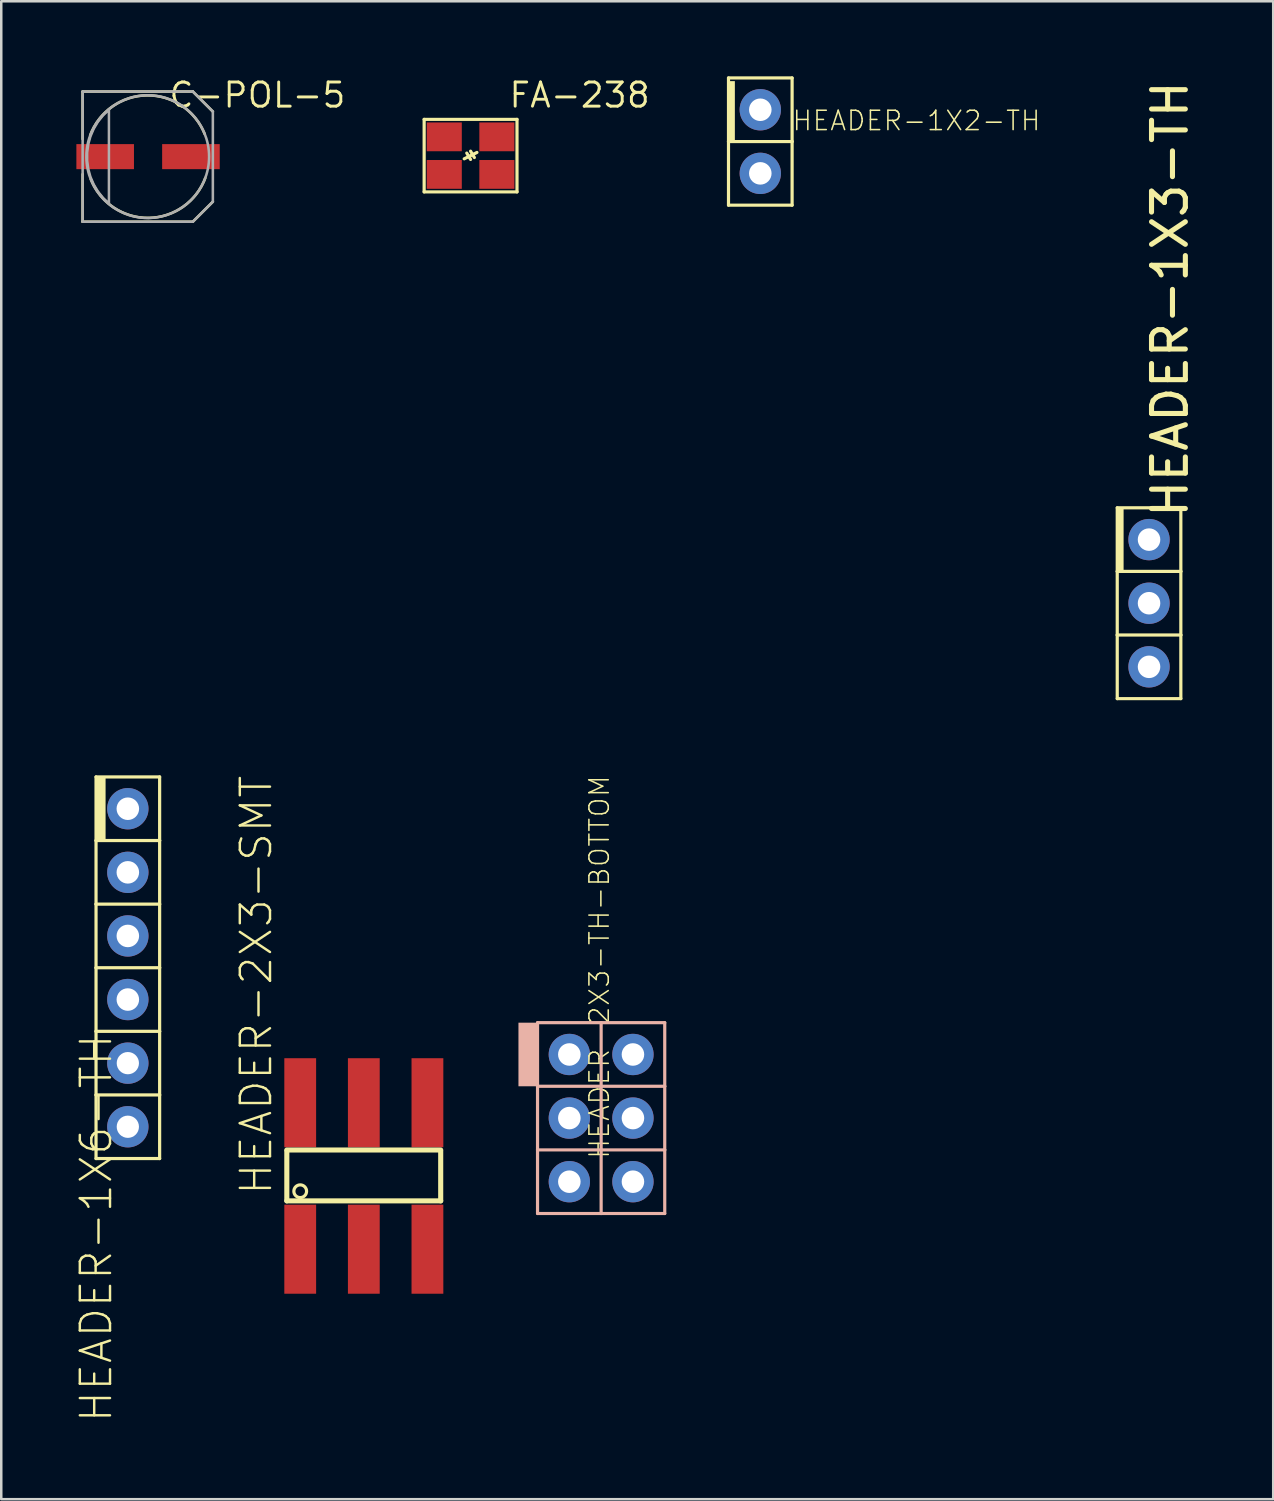
<source format=kicad_pcb>
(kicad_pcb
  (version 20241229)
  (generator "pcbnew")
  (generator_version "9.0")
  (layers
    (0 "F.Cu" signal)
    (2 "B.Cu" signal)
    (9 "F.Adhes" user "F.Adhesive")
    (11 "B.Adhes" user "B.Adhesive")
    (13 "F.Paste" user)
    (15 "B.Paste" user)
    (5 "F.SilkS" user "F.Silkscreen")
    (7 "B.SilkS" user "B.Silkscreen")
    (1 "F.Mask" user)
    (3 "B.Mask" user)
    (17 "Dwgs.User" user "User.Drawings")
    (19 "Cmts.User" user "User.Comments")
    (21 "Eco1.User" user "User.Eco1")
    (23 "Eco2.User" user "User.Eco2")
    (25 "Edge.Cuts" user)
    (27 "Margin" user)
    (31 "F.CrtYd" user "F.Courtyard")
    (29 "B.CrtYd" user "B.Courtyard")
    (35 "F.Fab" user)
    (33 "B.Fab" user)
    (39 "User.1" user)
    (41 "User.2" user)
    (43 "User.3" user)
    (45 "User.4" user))
  (footprint "HEADER-1X2-TH"
    (layer "F.Cu")
    (at 27.312 3.873)
    (property "Reference" "HEADER-1X2-TH" (at 1.232 -1.651 0) (layer "F.SilkS") (effects (font (size 0.772 0.772) (thickness 0.062)) (justify left bottom)))
    (attr through_hole)
    (fp_line (start -1.27 -3.81) (end -1.27 -1.27) (stroke (width 0.127) (type solid)) (layer "F.SilkS"))
    (fp_line (start -1.27 -1.27) (end -1.27 1.27) (stroke (width 0.127) (type solid)) (layer "F.SilkS"))
    (fp_line (start -1.27 -1.27) (end 1.27 -1.27) (stroke (width 0.127) (type solid)) (layer "F.SilkS"))
    (fp_line (start 1.27 -3.81) (end -1.27 -3.81) (stroke (width 0.127) (type solid)) (layer "F.SilkS"))
    (fp_line (start 1.27 -1.27) (end 1.27 -3.81) (stroke (width 0.127) (type solid)) (layer "F.SilkS"))
    (fp_line (start 1.27 1.27) (end -1.27 1.27) (stroke (width 0.127) (type solid)) (layer "F.SilkS"))
    (fp_line (start 1.27 1.27) (end 1.27 -1.27) (stroke (width 0.127) (type solid)) (layer "F.SilkS"))
    (fp_poly (pts (xy -1.27 -1.27) (xy -1.016 -1.27) (xy -1.016 -3.683) (xy -1.27 -3.683)) (stroke (width 0) (type solid)) (fill yes) (layer "F.SilkS"))
    (pad "P$1" thru_hole circle (at 0 -2.54) (size 1.651 1.651) (drill 0.9) (layers "*.Cu" "*.Mask"))
    (pad "P$2" thru_hole circle (at 0 0) (size 1.651 1.651) (drill 0.9) (layers "*.Cu" "*.Mask")))
  (footprint "HEADER-2X3-SMT"
    (layer "F.Cu")
    (at 11.479 43.886)
    (property "Reference" "HEADER-2X3-SMT" (at -3.594 0.851 90) (layer "F.SilkS") (effects (font (size 1.206 1.206) (thickness 0.097)) (justify left bottom)))
    (attr through_hole)
    (fp_line (start -3.075 1.02) (end -3.075 -0.97) (stroke (width 0.203) (type solid)) (layer "F.SilkS"))
    (fp_line (start 3.07 -1.012) (end -3.075 -1.012) (stroke (width 0.203) (type solid)) (layer "F.SilkS"))
    (fp_line (start 3.07 -0.97) (end 3.07 1.02) (stroke (width 0.203) (type solid)) (layer "F.SilkS"))
    (fp_line (start 3.07 1.02) (end -3.075 1.02) (stroke (width 0.203) (type solid)) (layer "F.SilkS"))
    (fp_circle (center -2.54 0.635) (end -2.286 0.635) (stroke (width 0.127) (type solid)) (fill no) (layer "F.SilkS"))
    (pad "1" smd rect (at -2.54 2.95 180) (size 1.27 3.556) (layers "F.Cu" "F.Mask" "F.Paste"))
    (pad "2" smd rect (at -2.54 -2.899) (size 1.27 3.556) (layers "F.Cu" "F.Mask" "F.Paste"))
    (pad "3" smd rect (at 0 2.95 180) (size 1.27 3.556) (layers "F.Cu" "F.Mask" "F.Paste"))
    (pad "4" smd rect (at 0 -2.899) (size 1.27 3.556) (layers "F.Cu" "F.Mask" "F.Paste"))
    (pad "5" smd rect (at 2.54 2.95 180) (size 1.27 3.556) (layers "F.Cu" "F.Mask" "F.Paste"))
    (pad "6" smd rect (at 2.54 -2.899) (size 1.27 3.556) (layers "F.Cu" "F.Mask" "F.Paste")))
  (footprint "C-POL-5"
    (layer "F.Cu")
    (at 2.85 3.205)
    (property "Reference" "C-POL-5" (at 0.787 -1.892 180) (layer "F.SilkS") (effects (font (size 0.965 0.965) (thickness 0.116)) (justify left bottom)))
    (attr through_hole)
    (fp_line (start -2.6 -2.6) (end 1.8 -2.6) (stroke (width 0.102) (type solid)) (layer "F.SilkS"))
    (fp_line (start -2.6 -0.7) (end -2.6 -2.6) (stroke (width 0.102) (type solid)) (layer "F.SilkS"))
    (fp_line (start -2.6 2.6) (end -2.6 0.7) (stroke (width 0.102) (type solid)) (layer "F.SilkS"))
    (fp_line (start 1.8 -2.6) (end 2.6 -1.8) (stroke (width 0.102) (type solid)) (layer "F.SilkS"))
    (fp_line (start 1.8 2.6) (end -2.6 2.6) (stroke (width 0.102) (type solid)) (layer "F.SilkS"))
    (fp_line (start 2.6 1.8) (end 1.8 2.6) (stroke (width 0.102) (type solid)) (layer "F.SilkS"))
    (fp_arc (start -2.3 -0.85) (mid -0.029679 -2.446957) (end 2.275002 -0.900001) (stroke (width 0.1016) (type solid)) (layer "F.SilkS"))
    (fp_arc (start 2.3 0.85) (mid 0.029679 2.446957) (end -2.275002 0.900001) (stroke (width 0.1016) (type solid)) (layer "F.SilkS"))
    (fp_line (start -2.6 -2.6) (end 1.8 -2.6) (stroke (width 0.102) (type solid)) (layer "F.Fab"))
    (fp_line (start -2.6 2.6) (end -2.6 -2.6) (stroke (width 0.102) (type solid)) (layer "F.Fab"))
    (fp_line (start 1.8 -2.6) (end 2.6 -1.8) (stroke (width 0.102) (type solid)) (layer "F.Fab"))
    (fp_line (start 1.8 2.6) (end -2.6 2.6) (stroke (width 0.102) (type solid)) (layer "F.Fab"))
    (fp_line (start 2.6 -1.8) (end 2.6 1.8) (stroke (width 0.102) (type solid)) (layer "F.Fab"))
    (fp_line (start 2.6 1.8) (end 1.8 2.6) (stroke (width 0.102) (type solid)) (layer "F.Fab"))
    (fp_circle (center 0 0) (end 2.45 0) (stroke (width 0.102) (type solid)) (fill no) (layer "F.Fab"))
    (fp_poly (pts (xy -1.55 -1.875) (xy -1.787 -1.648) (xy -1.992 -1.391) (xy -2.16 -1.109) (xy -2.289 -0.806) (xy -2.376 -0.49) (xy -2.42 -0.164) (xy -2.42 0.164) (xy -2.376 0.49) (xy -2.289 0.806) (xy -2.16 1.109) (xy -1.992 1.391) (xy -1.787 1.648) (xy -1.55 1.875)) (stroke (width 0.1) (type solid)) (fill no) (layer "F.Fab"))
    (pad "+" smd rect (at 1.725 0) (size 2.3 1) (layers "F.Cu" "F.Mask" "F.Paste"))
    (pad "-" smd rect (at -1.7 0) (size 2.3 1) (layers "F.Cu" "F.Mask" "F.Paste")))
  (footprint "FA-238"
    (layer "F.Cu")
    (at 15.742 3.165)
    (property "Reference" "FA-238" (at 1.475 -1.852 180) (layer "F.SilkS") (effects (font (size 0.965 0.965) (thickness 0.116)) (justify left bottom)))
    (attr through_hole)
    (fp_line (start -1.854 -1.448) (end 1.854 -1.448) (stroke (width 0.127) (type solid)) (layer "F.SilkS"))
    (fp_line (start -1.854 1.448) (end -1.854 -1.448) (stroke (width 0.127) (type solid)) (layer "F.SilkS"))
    (fp_line (start -0.254 0.127) (end 0.254 -0.127) (stroke (width 0.127) (type solid)) (layer "F.SilkS"))
    (fp_line (start -0.152 -0.102) (end 0 0.152) (stroke (width 0.127) (type solid)) (layer "F.SilkS"))
    (fp_line (start 0 -0.178) (end 0.152 0.076) (stroke (width 0.127) (type solid)) (layer "F.SilkS"))
    (fp_line (start 1.854 -1.448) (end 1.854 1.448) (stroke (width 0.127) (type solid)) (layer "F.SilkS"))
    (fp_line (start 1.854 1.448) (end -1.854 1.448) (stroke (width 0.127) (type solid)) (layer "F.SilkS"))
    (pad "1" smd rect (at -1.05 0.75) (size 1.4 1.15) (layers "F.Cu" "F.Mask" "F.Paste"))
    (pad "2" smd rect (at 1.05 0.75) (size 1.4 1.15) (layers "F.Cu" "F.Mask" "F.Paste"))
    (pad "3" smd rect (at 1.05 -0.75) (size 1.4 1.15) (layers "F.Cu" "F.Mask" "F.Paste"))
    (pad "4" smd rect (at -1.05 -0.75) (size 1.4 1.15) (layers "F.Cu" "F.Mask" "F.Paste")))
  (footprint "HEADER-1X3-TH"
    (layer "F.Cu")
    (at 42.836 21.039)
    (property "Reference" "HEADER-1X3-TH" (at 1.626 -3.327 90) (layer "F.SilkS") (effects (font (size 1.351 1.351) (thickness 0.203)) (justify left bottom)))
    (attr through_hole)
    (fp_line (start -1.27 -3.81) (end -1.27 -1.27) (stroke (width 0.127) (type solid)) (layer "F.SilkS"))
    (fp_line (start -1.27 -1.27) (end -1.27 1.27) (stroke (width 0.127) (type solid)) (layer "F.SilkS"))
    (fp_line (start -1.27 -1.27) (end 1.27 -1.27) (stroke (width 0.127) (type solid)) (layer "F.SilkS"))
    (fp_line (start -1.27 1.27) (end -1.27 3.81) (stroke (width 0.127) (type solid)) (layer "F.SilkS"))
    (fp_line (start -1.27 3.81) (end 1.27 3.81) (stroke (width 0.127) (type solid)) (layer "F.SilkS"))
    (fp_line (start 1.27 -3.81) (end -1.27 -3.81) (stroke (width 0.127) (type solid)) (layer "F.SilkS"))
    (fp_line (start 1.27 -1.27) (end 1.27 -3.81) (stroke (width 0.127) (type solid)) (layer "F.SilkS"))
    (fp_line (start 1.27 1.27) (end -1.27 1.27) (stroke (width 0.127) (type solid)) (layer "F.SilkS"))
    (fp_line (start 1.27 1.27) (end 1.27 -1.27) (stroke (width 0.127) (type solid)) (layer "F.SilkS"))
    (fp_line (start 1.27 3.81) (end 1.27 1.27) (stroke (width 0.127) (type solid)) (layer "F.SilkS"))
    (fp_poly (pts (xy -1.27 -1.27) (xy -1.016 -1.27) (xy -1.016 -3.81) (xy -1.27 -3.81)) (stroke (width 0) (type solid)) (fill yes) (layer "F.SilkS"))
    (pad "P$1" thru_hole circle (at 0 -2.54) (size 1.651 1.651) (drill 0.9) (layers "*.Cu" "*.Mask"))
    (pad "P$2" thru_hole circle (at 0 0) (size 1.651 1.651) (drill 0.9) (layers "*.Cu" "*.Mask"))
    (pad "P$3" thru_hole circle (at 0 2.54) (size 1.651 1.651) (drill 0.9) (layers "*.Cu" "*.Mask")))
  (footprint "HEADER-1X6-TH"
    (layer "F.Cu")
    (at 0.785 35.596)
    (property "Reference" "HEADER-1X6-TH" (at 0.711 18.224 270) (layer "F.SilkS") (effects (font (size 1.206 1.206) (thickness 0.097)) (justify left bottom)))
    (attr through_hole)
    (fp_line (start 0 -7.62) (end 0 -5.08) (stroke (width 0.127) (type solid)) (layer "F.SilkS"))
    (fp_line (start 0 -5.08) (end 0 -2.54) (stroke (width 0.127) (type solid)) (layer "F.SilkS"))
    (fp_line (start 0 -5.08) (end 2.54 -5.08) (stroke (width 0.127) (type solid)) (layer "F.SilkS"))
    (fp_line (start 0 -2.54) (end 0 0) (stroke (width 0.127) (type solid)) (layer "F.SilkS"))
    (fp_line (start 0 0) (end 0 2.54) (stroke (width 0.127) (type solid)) (layer "F.SilkS"))
    (fp_line (start 0 0) (end 2.54 0) (stroke (width 0.127) (type solid)) (layer "F.SilkS"))
    (fp_line (start 0 2.54) (end 0 5.08) (stroke (width 0.127) (type solid)) (layer "F.SilkS"))
    (fp_line (start 0 2.54) (end 2.54 2.54) (stroke (width 0.127) (type solid)) (layer "F.SilkS"))
    (fp_line (start 0 5.08) (end 0 7.62) (stroke (width 0.127) (type solid)) (layer "F.SilkS"))
    (fp_line (start 0 7.62) (end 2.54 7.62) (stroke (width 0.127) (type solid)) (layer "F.SilkS"))
    (fp_line (start 2.54 -7.62) (end 0 -7.62) (stroke (width 0.127) (type solid)) (layer "F.SilkS"))
    (fp_line (start 2.54 -5.08) (end 2.54 -7.62) (stroke (width 0.127) (type solid)) (layer "F.SilkS"))
    (fp_line (start 2.54 -2.54) (end 0 -2.54) (stroke (width 0.127) (type solid)) (layer "F.SilkS"))
    (fp_line (start 2.54 -2.54) (end 2.54 -5.08) (stroke (width 0.127) (type solid)) (layer "F.SilkS"))
    (fp_line (start 2.54 0) (end 2.54 -2.54) (stroke (width 0.127) (type solid)) (layer "F.SilkS"))
    (fp_line (start 2.54 2.54) (end 2.54 0) (stroke (width 0.127) (type solid)) (layer "F.SilkS"))
    (fp_line (start 2.54 5.08) (end 0 5.08) (stroke (width 0.127) (type solid)) (layer "F.SilkS"))
    (fp_line (start 2.54 5.08) (end 2.54 2.54) (stroke (width 0.127) (type solid)) (layer "F.SilkS"))
    (fp_line (start 2.54 7.62) (end 2.54 5.08) (stroke (width 0.127) (type solid)) (layer "F.SilkS"))
    (fp_poly (pts (xy 0 -5.08) (xy 0.381 -5.08) (xy 0.381 -7.62) (xy 0 -7.62)) (stroke (width 0) (type solid)) (fill yes) (layer "F.SilkS"))
    (pad "P$1" thru_hole circle (at 1.27 -6.35) (size 1.651 1.651) (drill 0.9) (layers "*.Cu" "*.Mask"))
    (pad "P$2" thru_hole circle (at 1.27 -3.81) (size 1.651 1.651) (drill 0.9) (layers "*.Cu" "*.Mask"))
    (pad "P$3" thru_hole circle (at 1.27 -1.27) (size 1.651 1.651) (drill 0.9) (layers "*.Cu" "*.Mask"))
    (pad "P$4" thru_hole circle (at 1.27 1.27) (size 1.651 1.651) (drill 0.9) (layers "*.Cu" "*.Mask"))
    (pad "P$5" thru_hole circle (at 1.27 3.81) (size 1.651 1.651) (drill 0.889) (layers "*.Cu" "*.Mask"))
    (pad "P$6" thru_hole circle (at 1.27 6.35) (size 1.651 1.651) (drill 0.889) (layers "*.Cu" "*.Mask")))
  (footprint "HEADER-2X3-TH-BOTTOM"
    (layer "F.Cu")
    (at 20.956 41.6)
    (property "Reference" "HEADER-2X3-TH-BOTTOM" (at 0.381 1.676 90) (layer "F.SilkS") (effects (font (size 0.772 0.772) (thickness 0.062)) (justify left bottom)))
    (attr through_hole)
    (fp_line (start -2.54 -3.81) (end -2.54 -1.27) (stroke (width 0.127) (type solid)) (layer "B.SilkS"))
    (fp_line (start -2.54 -1.27) (end -2.54 1.27) (stroke (width 0.127) (type solid)) (layer "B.SilkS"))
    (fp_line (start -2.54 -1.27) (end 0 -1.27) (stroke (width 0.127) (type solid)) (layer "B.SilkS"))
    (fp_line (start -2.54 1.27) (end -2.54 3.81) (stroke (width 0.127) (type solid)) (layer "B.SilkS"))
    (fp_line (start -2.54 3.81) (end 0 3.81) (stroke (width 0.127) (type solid)) (layer "B.SilkS"))
    (fp_line (start 0 -3.81) (end -2.54 -3.81) (stroke (width 0.127) (type solid)) (layer "B.SilkS"))
    (fp_line (start 0 -1.27) (end 0 -3.81) (stroke (width 0.127) (type solid)) (layer "B.SilkS"))
    (fp_line (start 0 -1.27) (end 2.54 -1.27) (stroke (width 0.127) (type solid)) (layer "B.SilkS"))
    (fp_line (start 0 1.27) (end -2.54 1.27) (stroke (width 0.127) (type solid)) (layer "B.SilkS"))
    (fp_line (start 0 1.27) (end 0 -1.27) (stroke (width 0.127) (type solid)) (layer "B.SilkS"))
    (fp_line (start 0 3.81) (end 0 1.27) (stroke (width 0.127) (type solid)) (layer "B.SilkS"))
    (fp_line (start 0 3.81) (end 2.54 3.81) (stroke (width 0.127) (type solid)) (layer "B.SilkS"))
    (fp_line (start 2.54 -3.81) (end 0 -3.81) (stroke (width 0.127) (type solid)) (layer "B.SilkS"))
    (fp_line (start 2.54 -1.27) (end 2.54 -3.81) (stroke (width 0.127) (type solid)) (layer "B.SilkS"))
    (fp_line (start 2.54 1.27) (end 0 1.27) (stroke (width 0.127) (type solid)) (layer "B.SilkS"))
    (fp_line (start 2.54 1.27) (end 2.54 -1.27) (stroke (width 0.127) (type solid)) (layer "B.SilkS"))
    (fp_line (start 2.54 3.81) (end 2.54 1.27) (stroke (width 0.127) (type solid)) (layer "B.SilkS"))
    (fp_poly (pts (xy -3.302 -1.27) (xy -2.54 -1.27) (xy -2.54 -3.81) (xy -3.302 -3.81)) (stroke (width 0) (type solid)) (fill yes) (layer "B.SilkS"))
    (pad "P$1" thru_hole circle (at -1.27 -2.54) (size 1.651 1.651) (drill 0.9) (layers "*.Cu" "*.Mask"))
    (pad "P$2" thru_hole circle (at 1.27 -2.54) (size 1.651 1.651) (drill 0.9) (layers "*.Cu" "*.Mask"))
    (pad "P$3" thru_hole circle (at -1.27 0) (size 1.651 1.651) (drill 0.9) (layers "*.Cu" "*.Mask"))
    (pad "P$4" thru_hole circle (at 1.27 0) (size 1.651 1.651) (drill 0.9) (layers "*.Cu" "*.Mask"))
    (pad "P$5" thru_hole circle (at -1.27 2.54) (size 1.651 1.651) (drill 0.9) (layers "*.Cu" "*.Mask"))
    (pad "P$6" thru_hole circle (at 1.27 2.54) (size 1.651 1.651) (drill 0.9) (layers "*.Cu" "*.Mask")))
  (gr_rect
    (start -3 -3)
    (end 47.795 56.82)
    (stroke (width 0.1) (type default))
    (fill no)
    (layer "Edge.Cuts")))
</source>
